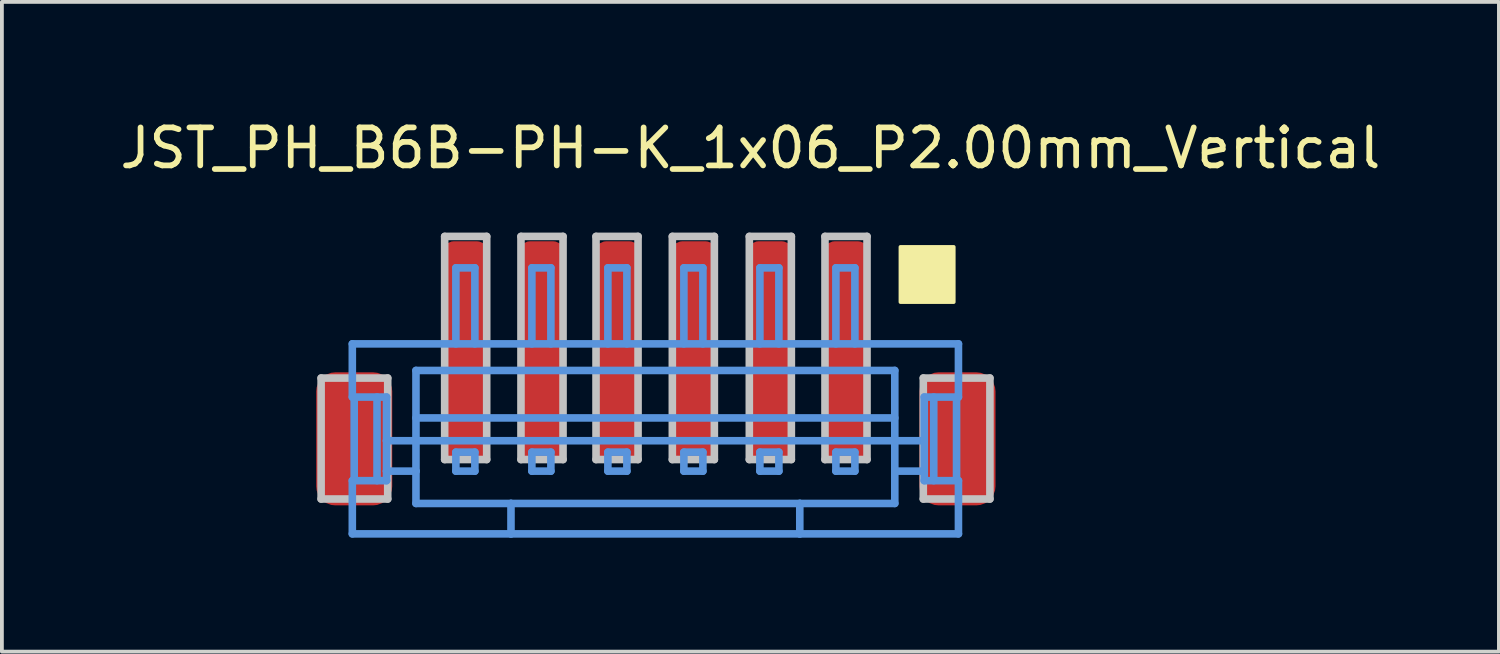
<source format=kicad_pcb>
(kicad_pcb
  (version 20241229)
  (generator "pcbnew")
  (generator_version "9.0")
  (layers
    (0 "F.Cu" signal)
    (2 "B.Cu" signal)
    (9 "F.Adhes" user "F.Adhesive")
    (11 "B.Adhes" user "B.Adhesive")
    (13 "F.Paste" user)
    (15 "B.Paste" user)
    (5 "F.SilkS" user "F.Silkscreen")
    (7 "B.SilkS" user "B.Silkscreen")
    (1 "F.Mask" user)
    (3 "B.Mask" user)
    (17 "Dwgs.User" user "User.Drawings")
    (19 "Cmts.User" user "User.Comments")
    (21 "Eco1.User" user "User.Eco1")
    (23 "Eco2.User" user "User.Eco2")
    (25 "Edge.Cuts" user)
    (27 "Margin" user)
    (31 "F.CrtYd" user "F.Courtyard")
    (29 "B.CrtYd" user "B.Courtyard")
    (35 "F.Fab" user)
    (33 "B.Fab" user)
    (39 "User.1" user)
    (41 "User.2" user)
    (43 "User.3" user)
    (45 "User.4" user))
  (footprint "JST_PH_B6B-PH-K_1x06_P2.00mm_Vertical"
    (layer "F.Cu")
    (at 14.246 7.898)
    (property "Reference" "JST_PH_B6B-PH-K_1x06_P2.00mm_Vertical" (at 2.45 -7.05 0) (layer "F.SilkS") (effects (font (size 1 1) (thickness 0.15))))
    (attr through_hole)
    (fp_poly (pts (xy 7.8 -3) (xy 6.4 -3) (xy 6.4 -4.45) (xy 7.8 -4.45)) (stroke (width 0.1) (type solid)) (fill yes) (layer "F.SilkS"))
    (fp_line (start -8.846 -1) (end -7.093 -1) (stroke (width 0.2) (type solid)) (layer "Dwgs.User"))
    (fp_line (start -8.846 2.183) (end -8.846 -1) (stroke (width 0.2) (type solid)) (layer "Dwgs.User"))
    (fp_line (start -7.093 -1) (end -7.093 2.183) (stroke (width 0.2) (type solid)) (layer "Dwgs.User"))
    (fp_line (start -7.093 2.183) (end -8.846 2.183) (stroke (width 0.2) (type solid)) (layer "Dwgs.User"))
    (fp_line (start -5.595 -4.727) (end -4.489 -4.727) (stroke (width 0.2) (type solid)) (layer "Dwgs.User"))
    (fp_line (start -5.595 1.145) (end -5.595 -4.727) (stroke (width 0.2) (type solid)) (layer "Dwgs.User"))
    (fp_line (start -4.489 -4.727) (end -4.489 1.145) (stroke (width 0.2) (type solid)) (layer "Dwgs.User"))
    (fp_line (start -4.489 1.145) (end -5.595 1.145) (stroke (width 0.2) (type solid)) (layer "Dwgs.User"))
    (fp_line (start -3.587 -4.727) (end -2.48 -4.727) (stroke (width 0.2) (type solid)) (layer "Dwgs.User"))
    (fp_line (start -3.587 1.145) (end -3.587 -4.727) (stroke (width 0.2) (type solid)) (layer "Dwgs.User"))
    (fp_line (start -2.48 -4.727) (end -2.48 1.145) (stroke (width 0.2) (type solid)) (layer "Dwgs.User"))
    (fp_line (start -2.48 1.145) (end -3.587 1.145) (stroke (width 0.2) (type solid)) (layer "Dwgs.User"))
    (fp_line (start -1.612 -4.727) (end -0.506 -4.727) (stroke (width 0.2) (type solid)) (layer "Dwgs.User"))
    (fp_line (start -1.612 1.145) (end -1.612 -4.727) (stroke (width 0.2) (type solid)) (layer "Dwgs.User"))
    (fp_line (start -0.506 -4.727) (end -0.506 1.145) (stroke (width 0.2) (type solid)) (layer "Dwgs.User"))
    (fp_line (start -0.506 1.145) (end -1.612 1.145) (stroke (width 0.2) (type solid)) (layer "Dwgs.User"))
    (fp_line (start 0.396 -4.727) (end 1.502 -4.727) (stroke (width 0.2) (type solid)) (layer "Dwgs.User"))
    (fp_line (start 0.396 1.145) (end 0.396 -4.727) (stroke (width 0.2) (type solid)) (layer "Dwgs.User"))
    (fp_line (start 1.502 -4.727) (end 1.502 1.145) (stroke (width 0.2) (type solid)) (layer "Dwgs.User"))
    (fp_line (start 1.502 1.145) (end 0.396 1.145) (stroke (width 0.2) (type solid)) (layer "Dwgs.User"))
    (fp_line (start 2.422 -4.727) (end 3.528 -4.727) (stroke (width 0.2) (type solid)) (layer "Dwgs.User"))
    (fp_line (start 2.422 1.145) (end 2.422 -4.727) (stroke (width 0.2) (type solid)) (layer "Dwgs.User"))
    (fp_line (start 3.528 -4.727) (end 3.528 1.145) (stroke (width 0.2) (type solid)) (layer "Dwgs.User"))
    (fp_line (start 3.528 1.145) (end 2.422 1.145) (stroke (width 0.2) (type solid)) (layer "Dwgs.User"))
    (fp_line (start 4.413 -4.727) (end 5.519 -4.727) (stroke (width 0.2) (type solid)) (layer "Dwgs.User"))
    (fp_line (start 4.413 1.145) (end 4.413 -4.727) (stroke (width 0.2) (type solid)) (layer "Dwgs.User"))
    (fp_line (start 5.519 -4.727) (end 5.519 1.145) (stroke (width 0.2) (type solid)) (layer "Dwgs.User"))
    (fp_line (start 5.519 1.145) (end 4.413 1.145) (stroke (width 0.2) (type solid)) (layer "Dwgs.User"))
    (fp_line (start 7 -1) (end 8.753 -1) (stroke (width 0.2) (type solid)) (layer "Dwgs.User"))
    (fp_line (start 7 2.183) (end 7 -1) (stroke (width 0.2) (type solid)) (layer "Dwgs.User"))
    (fp_line (start 8.753 -1) (end 8.753 2.183) (stroke (width 0.2) (type solid)) (layer "Dwgs.User"))
    (fp_line (start 8.753 2.183) (end 7 2.183) (stroke (width 0.2) (type solid)) (layer "Dwgs.User"))
    (fp_line (start -8.025 -1.9) (end -8.025 -0.5) (stroke (width 0.2) (type solid)) (layer "Cmts.User"))
    (fp_line (start -8.025 1.7) (end -8.025 3.1) (stroke (width 0.2) (type solid)) (layer "Cmts.User"))
    (fp_line (start -8.025 1.7) (end -7.125 1.7) (stroke (width 0.2) (type solid)) (layer "Cmts.User"))
    (fp_line (start -7.975 -0.5) (end -7.975 1.7) (stroke (width 0.2) (type solid)) (layer "Cmts.User"))
    (fp_line (start -7.375 -0.5) (end -7.375 1.7) (stroke (width 0.2) (type solid)) (layer "Cmts.User"))
    (fp_line (start -7.125 -0.5) (end -8.025 -0.5) (stroke (width 0.2) (type solid)) (layer "Cmts.User"))
    (fp_line (start -7.125 0.65) (end -7.125 -0.5) (stroke (width 0.2) (type solid)) (layer "Cmts.User"))
    (fp_line (start -7.125 0.65) (end -7.125 1.45) (stroke (width 0.2) (type solid)) (layer "Cmts.User"))
    (fp_line (start -7.125 1.7) (end -7.125 1.45) (stroke (width 0.2) (type solid)) (layer "Cmts.User"))
    (fp_line (start -6.35 -1.2) (end -6.35 0.65) (stroke (width 0.2) (type solid)) (layer "Cmts.User"))
    (fp_line (start -6.35 -1.2) (end 6.25 -1.2) (stroke (width 0.2) (type solid)) (layer "Cmts.User"))
    (fp_line (start -6.35 0.05) (end 6.25 0.05) (stroke (width 0.2) (type solid)) (layer "Cmts.User"))
    (fp_line (start -6.35 0.65) (end -7.125 0.65) (stroke (width 0.2) (type solid)) (layer "Cmts.User"))
    (fp_line (start -6.35 0.65) (end -6.35 1.45) (stroke (width 0.2) (type solid)) (layer "Cmts.User"))
    (fp_line (start -6.35 0.65) (end 6.25 0.65) (stroke (width 0.2) (type solid)) (layer "Cmts.User"))
    (fp_line (start -6.35 1.45) (end -7.125 1.45) (stroke (width 0.2) (type solid)) (layer "Cmts.User"))
    (fp_line (start -6.35 1.45) (end -6.35 2.3) (stroke (width 0.2) (type solid)) (layer "Cmts.User"))
    (fp_line (start -6.35 2.3) (end -3.85 2.3) (stroke (width 0.2) (type solid)) (layer "Cmts.User"))
    (fp_line (start -5.3 -3.9) (end -4.8 -3.9) (stroke (width 0.2) (type solid)) (layer "Cmts.User"))
    (fp_line (start -5.3 -1.9) (end -5.3 -3.9) (stroke (width 0.2) (type solid)) (layer "Cmts.User"))
    (fp_line (start -5.3 0.95) (end -5.3 1.45) (stroke (width 0.2) (type solid)) (layer "Cmts.User"))
    (fp_line (start -5.3 1.45) (end -4.8 1.45) (stroke (width 0.2) (type solid)) (layer "Cmts.User"))
    (fp_line (start -4.8 -1.9) (end -4.8 -3.9) (stroke (width 0.2) (type solid)) (layer "Cmts.User"))
    (fp_line (start -4.8 0.95) (end -5.3 0.95) (stroke (width 0.2) (type solid)) (layer "Cmts.User"))
    (fp_line (start -4.8 1.45) (end -4.8 0.95) (stroke (width 0.2) (type solid)) (layer "Cmts.User"))
    (fp_line (start -3.85 2.3) (end -3.85 3.1) (stroke (width 0.2) (type solid)) (layer "Cmts.User"))
    (fp_line (start -3.85 2.3) (end 3.75 2.3) (stroke (width 0.2) (type solid)) (layer "Cmts.User"))
    (fp_line (start -3.85 3.1) (end -8.025 3.1) (stroke (width 0.2) (type solid)) (layer "Cmts.User"))
    (fp_line (start -3.85 3.1) (end 3.75 3.1) (stroke (width 0.2) (type solid)) (layer "Cmts.User"))
    (fp_line (start -3.3 -3.9) (end -2.8 -3.9) (stroke (width 0.2) (type solid)) (layer "Cmts.User"))
    (fp_line (start -3.3 -1.9) (end -3.3 -3.9) (stroke (width 0.2) (type solid)) (layer "Cmts.User"))
    (fp_line (start -3.3 0.95) (end -3.3 1.45) (stroke (width 0.2) (type solid)) (layer "Cmts.User"))
    (fp_line (start -3.3 1.45) (end -2.8 1.45) (stroke (width 0.2) (type solid)) (layer "Cmts.User"))
    (fp_line (start -2.8 -1.9) (end -2.8 -3.9) (stroke (width 0.2) (type solid)) (layer "Cmts.User"))
    (fp_line (start -2.8 0.95) (end -3.3 0.95) (stroke (width 0.2) (type solid)) (layer "Cmts.User"))
    (fp_line (start -2.8 1.45) (end -2.8 0.95) (stroke (width 0.2) (type solid)) (layer "Cmts.User"))
    (fp_line (start -1.3 -3.9) (end -0.8 -3.9) (stroke (width 0.2) (type solid)) (layer "Cmts.User"))
    (fp_line (start -1.3 -1.9) (end -1.3 -3.9) (stroke (width 0.2) (type solid)) (layer "Cmts.User"))
    (fp_line (start -1.3 0.95) (end -1.3 1.45) (stroke (width 0.2) (type solid)) (layer "Cmts.User"))
    (fp_line (start -1.3 1.45) (end -0.8 1.45) (stroke (width 0.2) (type solid)) (layer "Cmts.User"))
    (fp_line (start -0.8 -1.9) (end -0.8 -3.9) (stroke (width 0.2) (type solid)) (layer "Cmts.User"))
    (fp_line (start -0.8 0.95) (end -1.3 0.95) (stroke (width 0.2) (type solid)) (layer "Cmts.User"))
    (fp_line (start -0.8 1.45) (end -0.8 0.95) (stroke (width 0.2) (type solid)) (layer "Cmts.User"))
    (fp_line (start 0.7 -3.9) (end 1.2 -3.9) (stroke (width 0.2) (type solid)) (layer "Cmts.User"))
    (fp_line (start 0.7 -1.9) (end 0.7 -3.9) (stroke (width 0.2) (type solid)) (layer "Cmts.User"))
    (fp_line (start 0.7 0.95) (end 0.7 1.45) (stroke (width 0.2) (type solid)) (layer "Cmts.User"))
    (fp_line (start 0.7 1.45) (end 1.2 1.45) (stroke (width 0.2) (type solid)) (layer "Cmts.User"))
    (fp_line (start 1.2 -1.9) (end 1.2 -3.9) (stroke (width 0.2) (type solid)) (layer "Cmts.User"))
    (fp_line (start 1.2 0.95) (end 0.7 0.95) (stroke (width 0.2) (type solid)) (layer "Cmts.User"))
    (fp_line (start 1.2 1.45) (end 1.2 0.95) (stroke (width 0.2) (type solid)) (layer "Cmts.User"))
    (fp_line (start 2.7 -3.9) (end 3.2 -3.9) (stroke (width 0.2) (type solid)) (layer "Cmts.User"))
    (fp_line (start 2.7 -1.9) (end 2.7 -3.9) (stroke (width 0.2) (type solid)) (layer "Cmts.User"))
    (fp_line (start 2.7 0.95) (end 2.7 1.45) (stroke (width 0.2) (type solid)) (layer "Cmts.User"))
    (fp_line (start 2.7 1.45) (end 3.2 1.45) (stroke (width 0.2) (type solid)) (layer "Cmts.User"))
    (fp_line (start 3.2 -1.9) (end 3.2 -3.9) (stroke (width 0.2) (type solid)) (layer "Cmts.User"))
    (fp_line (start 3.2 0.95) (end 2.7 0.95) (stroke (width 0.2) (type solid)) (layer "Cmts.User"))
    (fp_line (start 3.2 1.45) (end 3.2 0.95) (stroke (width 0.2) (type solid)) (layer "Cmts.User"))
    (fp_line (start 3.75 2.3) (end 6.25 2.3) (stroke (width 0.2) (type solid)) (layer "Cmts.User"))
    (fp_line (start 3.75 3.1) (end 3.75 2.3) (stroke (width 0.2) (type solid)) (layer "Cmts.User"))
    (fp_line (start 4.7 -3.9) (end 5.2 -3.9) (stroke (width 0.2) (type solid)) (layer "Cmts.User"))
    (fp_line (start 4.7 -1.9) (end 4.7 -3.9) (stroke (width 0.2) (type solid)) (layer "Cmts.User"))
    (fp_line (start 4.7 0.95) (end 4.7 1.45) (stroke (width 0.2) (type solid)) (layer "Cmts.User"))
    (fp_line (start 4.7 1.45) (end 5.2 1.45) (stroke (width 0.2) (type solid)) (layer "Cmts.User"))
    (fp_line (start 5.2 -1.9) (end 5.2 -3.9) (stroke (width 0.2) (type solid)) (layer "Cmts.User"))
    (fp_line (start 5.2 0.95) (end 4.7 0.95) (stroke (width 0.2) (type solid)) (layer "Cmts.User"))
    (fp_line (start 5.2 1.45) (end 5.2 0.95) (stroke (width 0.2) (type solid)) (layer "Cmts.User"))
    (fp_line (start 6.25 -1.2) (end 6.25 0.65) (stroke (width 0.2) (type solid)) (layer "Cmts.User"))
    (fp_line (start 6.25 0.65) (end 6.25 1.45) (stroke (width 0.2) (type solid)) (layer "Cmts.User"))
    (fp_line (start 6.25 1.45) (end 6.25 2.3) (stroke (width 0.2) (type solid)) (layer "Cmts.User"))
    (fp_line (start 7.025 -0.5) (end 7.025 0.65) (stroke (width 0.2) (type solid)) (layer "Cmts.User"))
    (fp_line (start 7.025 0.65) (end 6.25 0.65) (stroke (width 0.2) (type solid)) (layer "Cmts.User"))
    (fp_line (start 7.025 1.45) (end 6.25 1.45) (stroke (width 0.2) (type solid)) (layer "Cmts.User"))
    (fp_line (start 7.025 1.45) (end 7.025 0.65) (stroke (width 0.2) (type solid)) (layer "Cmts.User"))
    (fp_line (start 7.025 1.45) (end 7.025 1.7) (stroke (width 0.2) (type solid)) (layer "Cmts.User"))
    (fp_line (start 7.025 1.7) (end 7.925 1.7) (stroke (width 0.2) (type solid)) (layer "Cmts.User"))
    (fp_line (start 7.275 -0.5) (end 7.275 1.7) (stroke (width 0.2) (type solid)) (layer "Cmts.User"))
    (fp_line (start 7.875 -0.5) (end 7.875 1.7) (stroke (width 0.2) (type solid)) (layer "Cmts.User"))
    (fp_line (start 7.925 -1.9) (end -8.025 -1.9) (stroke (width 0.2) (type solid)) (layer "Cmts.User"))
    (fp_line (start 7.925 -1.9) (end 7.925 -0.5) (stroke (width 0.2) (type solid)) (layer "Cmts.User"))
    (fp_line (start 7.925 -0.5) (end 7.025 -0.5) (stroke (width 0.2) (type solid)) (layer "Cmts.User"))
    (fp_line (start 7.925 1.7) (end 7.925 3.1) (stroke (width 0.2) (type solid)) (layer "Cmts.User"))
    (fp_line (start 7.925 3.1) (end 3.75 3.1) (stroke (width 0.2) (type solid)) (layer "Cmts.User"))
    (pad "1" smd roundrect (at 4.975 -1.7 90) (size 5.8 1.2) (layers "F.Cu" "F.Mask" "F.Paste") (roundrect_rratio 0.25))
    (pad "2" smd roundrect (at 2.97 -1.7 90) (size 5.8 1.2) (layers "F.Cu" "F.Mask" "F.Paste") (roundrect_rratio 0.25))
    (pad "3" smd roundrect (at 0.965 -1.7 90) (size 5.8 1.2) (layers "F.Cu" "F.Mask" "F.Paste") (roundrect_rratio 0.25))
    (pad "4" smd roundrect (at -1.04 -1.7 90) (size 5.8 1.2) (layers "F.Cu" "F.Mask" "F.Paste") (roundrect_rratio 0.25))
    (pad "5" smd roundrect (at -3.045 -1.7 90) (size 5.8 1.2) (layers "F.Cu" "F.Mask" "F.Paste") (roundrect_rratio 0.25))
    (pad "6" smd roundrect (at -5.05 -1.7 90) (size 5.8 1.2) (layers "F.Cu" "F.Mask" "F.Paste") (roundrect_rratio 0.25))
    (pad "G" smd roundrect (at -7.975 0.6 90) (size 3.5 2) (layers "F.Cu" "F.Mask" "F.Paste") (roundrect_rratio 0.25))
    (pad "G" smd roundrect (at 7.9 0.6 90) (size 3.5 2) (layers "F.Cu" "F.Mask" "F.Paste") (roundrect_rratio 0.25)))
  (gr_rect
    (start -3 -3)
    (end 36.393 14.098)
    (stroke (width 0.1) (type default))
    (fill no)
    (layer "Edge.Cuts")))
</source>
